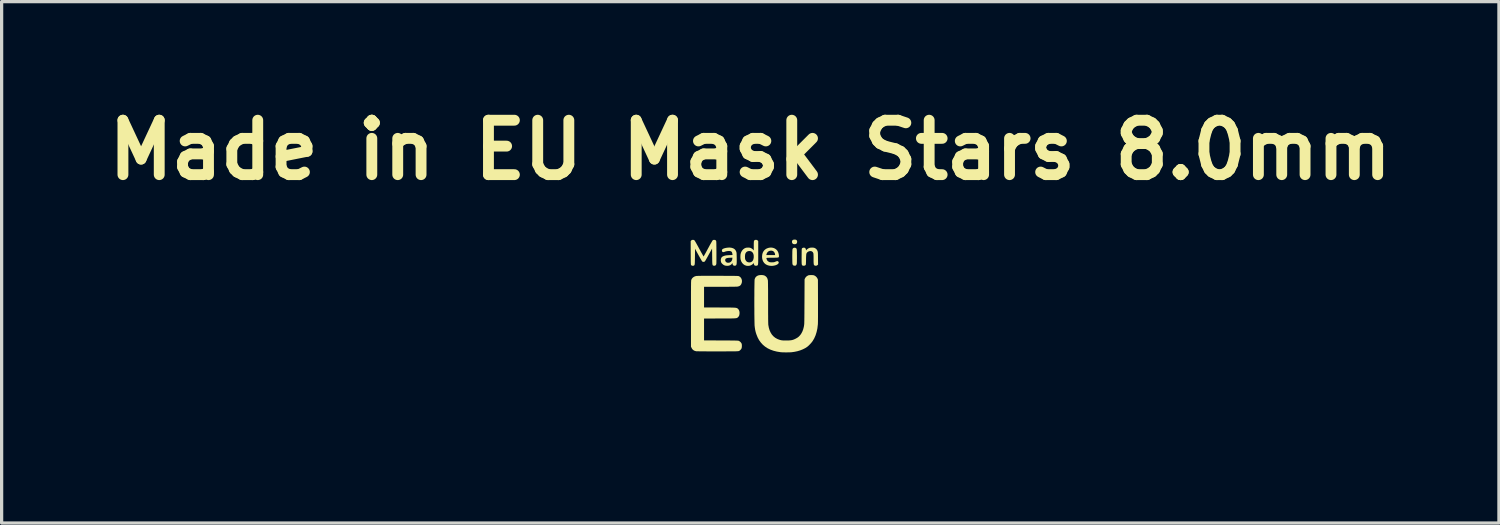
<source format=kicad_pcb>
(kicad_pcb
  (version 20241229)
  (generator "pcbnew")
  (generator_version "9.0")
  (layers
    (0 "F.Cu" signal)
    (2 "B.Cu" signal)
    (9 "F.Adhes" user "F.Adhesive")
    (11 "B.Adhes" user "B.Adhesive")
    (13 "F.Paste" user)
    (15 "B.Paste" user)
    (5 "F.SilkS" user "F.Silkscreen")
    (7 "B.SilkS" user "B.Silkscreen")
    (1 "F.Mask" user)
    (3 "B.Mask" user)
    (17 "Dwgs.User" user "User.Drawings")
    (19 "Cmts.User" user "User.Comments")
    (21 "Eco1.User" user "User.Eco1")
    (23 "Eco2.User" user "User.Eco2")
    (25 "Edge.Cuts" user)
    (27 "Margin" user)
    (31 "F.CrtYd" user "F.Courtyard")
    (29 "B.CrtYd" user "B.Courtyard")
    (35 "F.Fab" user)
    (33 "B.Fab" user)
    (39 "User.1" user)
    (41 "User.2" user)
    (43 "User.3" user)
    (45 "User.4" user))
  (footprint "Made in EU Mask Stars 8.0mm"
    (layer "F.Cu")
    (at 20.035 6.066)
    (property "Reference" "Made in EU Mask Stars 8.0mm" (at 0 -4.5 180) (layer "F.SilkS") (effects (font (size 1.675 1.675) (thickness 0.334))))
    (attr board_only exclude_from_pos_files exclude_from_bom)
    (fp_poly (pts (xy 2.94 -2.275) (xy 2.941 -2.275) (xy 2.943 -2.267) (xy 2.949 -2.25) (xy 2.957 -2.223) (xy 2.968 -2.19) (xy 2.981 -2.15) (xy 2.996 -2.105) (xy 3.011 -2.057) (xy 3.013 -2.051) (xy 3.082 -1.837) (xy 3.319 -1.834) (xy 3.555 -1.831) (xy 3.365 -1.694) (xy 3.323 -1.664) (xy 3.284 -1.636) (xy 3.249 -1.611) (xy 3.22 -1.59) (xy 3.197 -1.573) (xy 3.182 -1.561) (xy 3.174 -1.555) (xy 3.174 -1.554) (xy 3.176 -1.548) (xy 3.181 -1.532) (xy 3.189 -1.507) (xy 3.199 -1.474) (xy 3.212 -1.435) (xy 3.226 -1.391) (xy 3.241 -1.343) (xy 3.244 -1.334) (xy 3.26 -1.285) (xy 3.274 -1.241) (xy 3.287 -1.201) (xy 3.298 -1.167) (xy 3.306 -1.141) (xy 3.311 -1.123) (xy 3.313 -1.115) (xy 3.313 -1.114) (xy 3.308 -1.117) (xy 3.295 -1.127) (xy 3.274 -1.142) (xy 3.246 -1.161) (xy 3.213 -1.185) (xy 3.176 -1.212) (xy 3.135 -1.242) (xy 3.125 -1.249) (xy 2.938 -1.386) (xy 2.759 -1.255) (xy 2.71 -1.219) (xy 2.67 -1.19) (xy 2.637 -1.166) (xy 2.612 -1.148) (xy 2.593 -1.134) (xy 2.579 -1.125) (xy 2.57 -1.119) (xy 2.564 -1.117) (xy 2.562 -1.117) (xy 2.562 -1.119) (xy 2.563 -1.123) (xy 2.563 -1.123) (xy 2.582 -1.182) (xy 2.601 -1.24) (xy 2.619 -1.296) (xy 2.636 -1.35) (xy 2.652 -1.4) (xy 2.666 -1.445) (xy 2.678 -1.484) (xy 2.687 -1.517) (xy 2.694 -1.541) (xy 2.698 -1.555) (xy 2.698 -1.56) (xy 2.692 -1.564) (xy 2.678 -1.574) (xy 2.656 -1.59) (xy 2.628 -1.61) (xy 2.594 -1.634) (xy 2.556 -1.661) (xy 2.515 -1.691) (xy 2.507 -1.697) (xy 2.32 -1.831) (xy 2.556 -1.833) (xy 2.792 -1.834) (xy 2.843 -1.993) (xy 2.864 -2.058) (xy 2.882 -2.113) (xy 2.897 -2.158) (xy 2.908 -2.194) (xy 2.918 -2.222) (xy 2.925 -2.244) (xy 2.931 -2.259) (xy 2.935 -2.269) (xy 2.937 -2.274) (xy 2.939 -2.276)) (stroke (width 0) (type solid)) (fill yes) (layer "F.Mask"))
    (fp_poly (pts (xy 0.008 2.818) (xy 0.013 2.836) (xy 0.022 2.862) (xy 0.032 2.896) (xy 0.045 2.936) (xy 0.06 2.98) (xy 0.075 3.029) (xy 0.078 3.037) (xy 0.147 3.254) (xy 0.381 3.257) (xy 0.616 3.26) (xy 0.44 3.386) (xy 0.399 3.415) (xy 0.361 3.443) (xy 0.327 3.468) (xy 0.297 3.489) (xy 0.274 3.506) (xy 0.258 3.517) (xy 0.251 3.523) (xy 0.238 3.534) (xy 0.307 3.748) (xy 0.322 3.797) (xy 0.337 3.842) (xy 0.35 3.882) (xy 0.361 3.917) (xy 0.37 3.944) (xy 0.376 3.962) (xy 0.378 3.971) (xy 0.378 3.971) (xy 0.379 3.976) (xy 0.374 3.973) (xy 0.365 3.967) (xy 0.349 3.955) (xy 0.326 3.938) (xy 0.298 3.918) (xy 0.266 3.894) (xy 0.231 3.869) (xy 0.194 3.842) (xy 0.158 3.816) (xy 0.122 3.79) (xy 0.09 3.766) (xy 0.061 3.745) (xy 0.037 3.728) (xy 0.019 3.716) (xy 0.01 3.709) (xy 0.008 3.708) (xy 0.002 3.71) (xy -0.012 3.719) (xy -0.033 3.733) (xy -0.06 3.752) (xy -0.092 3.774) (xy -0.127 3.798) (xy -0.164 3.825) (xy -0.203 3.852) (xy -0.241 3.879) (xy -0.277 3.905) (xy -0.31 3.93) (xy -0.339 3.951) (xy -0.363 3.97) (xy -0.369 3.974) (xy -0.375 3.977) (xy -0.374 3.972) (xy -0.374 3.972) (xy -0.372 3.964) (xy -0.366 3.946) (xy -0.357 3.92) (xy -0.347 3.888) (xy -0.335 3.851) (xy -0.322 3.81) (xy -0.308 3.768) (xy -0.295 3.725) (xy -0.281 3.684) (xy -0.269 3.646) (xy -0.258 3.612) (xy -0.25 3.585) (xy -0.243 3.565) (xy -0.241 3.557) (xy -0.233 3.532) (xy -0.424 3.394) (xy -0.615 3.257) (xy -0.379 3.257) (xy -0.144 3.257) (xy -0.101 3.125) (xy -0.087 3.079) (xy -0.071 3.031) (xy -0.056 2.983) (xy -0.042 2.939) (xy -0.03 2.902) (xy -0.028 2.897) (xy -0.018 2.867) (xy -0.009 2.841) (xy -0.002 2.822) (xy 0.003 2.812) (xy 0.005 2.811)) (stroke (width 0) (type solid)) (fill yes) (layer "F.Mask"))
    (fp_poly (pts (xy -1.644 -3.37) (xy -1.629 -3.325) (xy -1.614 -3.279) (xy -1.6 -3.235) (xy -1.587 -3.195) (xy -1.577 -3.162) (xy -1.571 -3.145) (xy -1.547 -3.073) (xy -1.311 -3.071) (xy -1.075 -3.07) (xy -1.244 -2.948) (xy -1.285 -2.919) (xy -1.323 -2.891) (xy -1.358 -2.866) (xy -1.388 -2.844) (xy -1.412 -2.827) (xy -1.429 -2.815) (xy -1.436 -2.809) (xy -1.457 -2.793) (xy -1.387 -2.574) (xy -1.371 -2.525) (xy -1.357 -2.481) (xy -1.344 -2.44) (xy -1.334 -2.407) (xy -1.326 -2.38) (xy -1.321 -2.362) (xy -1.318 -2.354) (xy -1.318 -2.353) (xy -1.324 -2.356) (xy -1.337 -2.366) (xy -1.358 -2.38) (xy -1.386 -2.4) (xy -1.419 -2.424) (xy -1.456 -2.45) (xy -1.496 -2.48) (xy -1.501 -2.483) (xy -1.542 -2.513) (xy -1.58 -2.541) (xy -1.614 -2.565) (xy -1.643 -2.586) (xy -1.666 -2.602) (xy -1.681 -2.613) (xy -1.688 -2.618) (xy -1.689 -2.618) (xy -1.695 -2.615) (xy -1.71 -2.606) (xy -1.732 -2.591) (xy -1.76 -2.572) (xy -1.794 -2.548) (xy -1.832 -2.521) (xy -1.873 -2.492) (xy -1.88 -2.486) (xy -1.921 -2.456) (xy -1.96 -2.429) (xy -1.994 -2.404) (xy -2.022 -2.384) (xy -2.045 -2.367) (xy -2.06 -2.357) (xy -2.067 -2.352) (xy -2.068 -2.352) (xy -2.066 -2.357) (xy -2.062 -2.373) (xy -2.055 -2.397) (xy -2.045 -2.43) (xy -2.033 -2.468) (xy -2.019 -2.512) (xy -2.003 -2.56) (xy -2 -2.571) (xy -1.984 -2.619) (xy -1.97 -2.665) (xy -1.957 -2.705) (xy -1.946 -2.739) (xy -1.937 -2.766) (xy -1.932 -2.784) (xy -1.929 -2.792) (xy -1.929 -2.793) (xy -1.934 -2.797) (xy -1.947 -2.807) (xy -1.968 -2.822) (xy -1.996 -2.843) (xy -2.029 -2.867) (xy -2.067 -2.894) (xy -2.108 -2.923) (xy -2.12 -2.933) (xy -2.311 -3.07) (xy -2.074 -3.071) (xy -1.837 -3.073) (xy -1.781 -3.25) (xy -1.766 -3.296) (xy -1.752 -3.341) (xy -1.738 -3.383) (xy -1.726 -3.42) (xy -1.717 -3.449) (xy -1.71 -3.47) (xy -1.709 -3.474) (xy -1.693 -3.522)) (stroke (width 0) (type solid)) (fill yes) (layer "F.Mask"))
    (fp_poly (pts (xy -1.689 2.367) (xy -1.683 2.382) (xy -1.675 2.406) (xy -1.664 2.437) (xy -1.651 2.475) (xy -1.637 2.519) (xy -1.621 2.567) (xy -1.617 2.581) (xy -1.546 2.804) (xy -1.31 2.806) (xy -1.074 2.808) (xy -1.263 2.944) (xy -1.305 2.974) (xy -1.344 3.002) (xy -1.378 3.027) (xy -1.407 3.048) (xy -1.43 3.066) (xy -1.445 3.078) (xy -1.453 3.083) (xy -1.453 3.084) (xy -1.451 3.09) (xy -1.446 3.107) (xy -1.438 3.132) (xy -1.428 3.165) (xy -1.415 3.204) (xy -1.401 3.248) (xy -1.386 3.296) (xy -1.384 3.302) (xy -1.369 3.35) (xy -1.355 3.394) (xy -1.342 3.434) (xy -1.332 3.468) (xy -1.324 3.494) (xy -1.319 3.512) (xy -1.317 3.519) (xy -1.317 3.52) (xy -1.322 3.518) (xy -1.335 3.511) (xy -1.353 3.499) (xy -1.37 3.487) (xy -1.388 3.473) (xy -1.415 3.454) (xy -1.447 3.43) (xy -1.483 3.404) (xy -1.521 3.376) (xy -1.555 3.351) (xy -1.69 3.252) (xy -1.853 3.371) (xy -1.893 3.4) (xy -1.931 3.428) (xy -1.965 3.453) (xy -1.995 3.475) (xy -2.019 3.492) (xy -2.035 3.504) (xy -2.042 3.508) (xy -2.056 3.519) (xy -2.064 3.522) (xy -2.065 3.52) (xy -2.063 3.512) (xy -2.06 3.504) (xy -2.055 3.485) (xy -2.046 3.457) (xy -2.035 3.423) (xy -2.022 3.383) (xy -2.008 3.338) (xy -1.994 3.294) (xy -1.979 3.247) (xy -1.965 3.203) (xy -1.953 3.164) (xy -1.943 3.131) (xy -1.936 3.106) (xy -1.932 3.089) (xy -1.931 3.083) (xy -1.936 3.078) (xy -1.95 3.067) (xy -1.972 3.05) (xy -2 3.029) (xy -2.033 3.005) (xy -2.071 2.977) (xy -2.112 2.947) (xy -2.12 2.941) (xy -2.306 2.808) (xy -2.07 2.806) (xy -1.834 2.804) (xy -1.823 2.767) (xy -1.811 2.73) (xy -1.798 2.688) (xy -1.784 2.644) (xy -1.769 2.598) (xy -1.755 2.553) (xy -1.741 2.509) (xy -1.728 2.469) (xy -1.716 2.433) (xy -1.706 2.403) (xy -1.698 2.38) (xy -1.693 2.366) (xy -1.692 2.363)) (stroke (width 0) (type solid)) (fill yes) (layer "F.Mask"))
    (fp_poly (pts (xy 1.697 2.363) (xy 1.699 2.369) (xy 1.703 2.38) (xy 1.709 2.395) (xy 1.716 2.417) (xy 1.725 2.446) (xy 1.737 2.483) (xy 1.752 2.529) (xy 1.77 2.584) (xy 1.791 2.649) (xy 1.795 2.663) (xy 1.84 2.804) (xy 2.076 2.806) (xy 2.311 2.808) (xy 2.125 2.941) (xy 2.084 2.971) (xy 2.045 2.999) (xy 2.011 3.024) (xy 1.981 3.045) (xy 1.958 3.062) (xy 1.942 3.073) (xy 1.935 3.078) (xy 1.935 3.079) (xy 1.935 3.085) (xy 1.939 3.101) (xy 1.946 3.126) (xy 1.956 3.159) (xy 1.968 3.198) (xy 1.982 3.242) (xy 1.997 3.29) (xy 2.001 3.301) (xy 2.017 3.35) (xy 2.031 3.395) (xy 2.044 3.435) (xy 2.054 3.469) (xy 2.063 3.496) (xy 2.068 3.514) (xy 2.07 3.523) (xy 2.07 3.523) (xy 2.065 3.52) (xy 2.052 3.511) (xy 2.03 3.496) (xy 2.003 3.476) (xy 1.97 3.452) (xy 1.933 3.425) (xy 1.892 3.396) (xy 1.882 3.389) (xy 1.695 3.252) (xy 1.665 3.275) (xy 1.625 3.304) (xy 1.584 3.334) (xy 1.542 3.365) (xy 1.5 3.395) (xy 1.46 3.424) (xy 1.423 3.451) (xy 1.39 3.475) (xy 1.362 3.495) (xy 1.34 3.51) (xy 1.325 3.521) (xy 1.319 3.525) (xy 1.319 3.525) (xy 1.317 3.521) (xy 1.318 3.521) (xy 1.32 3.514) (xy 1.326 3.498) (xy 1.334 3.474) (xy 1.344 3.442) (xy 1.356 3.406) (xy 1.369 3.366) (xy 1.382 3.323) (xy 1.396 3.28) (xy 1.41 3.237) (xy 1.423 3.197) (xy 1.435 3.161) (xy 1.444 3.13) (xy 1.452 3.105) (xy 1.457 3.089) (xy 1.459 3.083) (xy 1.459 3.083) (xy 1.454 3.079) (xy 1.441 3.069) (xy 1.42 3.054) (xy 1.392 3.034) (xy 1.359 3.009) (xy 1.322 2.982) (xy 1.281 2.953) (xy 1.269 2.944) (xy 1.079 2.808) (xy 1.315 2.805) (xy 1.551 2.802) (xy 1.622 2.58) (xy 1.638 2.531) (xy 1.652 2.486) (xy 1.666 2.446) (xy 1.677 2.413) (xy 1.686 2.386) (xy 1.692 2.369) (xy 1.696 2.361) (xy 1.696 2.361)) (stroke (width 0) (type solid)) (fill yes) (layer "F.Mask"))
    (fp_poly (pts (xy 0.006 -3.967) (xy 0.012 -3.951) (xy 0.02 -3.925) (xy 0.03 -3.892) (xy 0.043 -3.852) (xy 0.057 -3.808) (xy 0.073 -3.759) (xy 0.076 -3.748) (xy 0.147 -3.528) (xy 0.381 -3.525) (xy 0.616 -3.522) (xy 0.427 -3.386) (xy 0.386 -3.356) (xy 0.347 -3.328) (xy 0.313 -3.303) (xy 0.284 -3.282) (xy 0.261 -3.265) (xy 0.246 -3.254) (xy 0.238 -3.248) (xy 0.238 -3.248) (xy 0.24 -3.242) (xy 0.245 -3.226) (xy 0.252 -3.202) (xy 0.262 -3.171) (xy 0.274 -3.135) (xy 0.287 -3.095) (xy 0.3 -3.053) (xy 0.314 -3.01) (xy 0.328 -2.967) (xy 0.341 -2.927) (xy 0.352 -2.891) (xy 0.362 -2.859) (xy 0.37 -2.835) (xy 0.375 -2.821) (xy 0.377 -2.816) (xy 0.378 -2.812) (xy 0.379 -2.809) (xy 0.377 -2.809) (xy 0.372 -2.811) (xy 0.363 -2.817) (xy 0.349 -2.826) (xy 0.329 -2.84) (xy 0.303 -2.859) (xy 0.27 -2.883) (xy 0.228 -2.914) (xy 0.202 -2.932) (xy 0.163 -2.961) (xy 0.126 -2.989) (xy 0.092 -3.013) (xy 0.063 -3.034) (xy 0.041 -3.05) (xy 0.025 -3.061) (xy 0.02 -3.065) (xy 0.001 -3.078) (xy -0.159 -2.962) (xy -0.198 -2.933) (xy -0.236 -2.905) (xy -0.271 -2.879) (xy -0.301 -2.857) (xy -0.325 -2.84) (xy -0.342 -2.828) (xy -0.348 -2.824) (xy -0.363 -2.812) (xy -0.372 -2.808) (xy -0.374 -2.809) (xy -0.372 -2.816) (xy -0.372 -2.817) (xy -0.369 -2.825) (xy -0.364 -2.844) (xy -0.355 -2.87) (xy -0.345 -2.903) (xy -0.333 -2.94) (xy -0.319 -2.981) (xy -0.306 -3.024) (xy -0.292 -3.067) (xy -0.278 -3.109) (xy -0.266 -3.148) (xy -0.255 -3.182) (xy -0.246 -3.21) (xy -0.239 -3.23) (xy -0.236 -3.242) (xy -0.235 -3.243) (xy -0.24 -3.248) (xy -0.252 -3.259) (xy -0.273 -3.275) (xy -0.3 -3.296) (xy -0.333 -3.32) (xy -0.37 -3.348) (xy -0.411 -3.378) (xy -0.422 -3.386) (xy -0.612 -3.522) (xy -0.378 -3.524) (xy -0.144 -3.525) (xy -0.101 -3.658) (xy -0.087 -3.703) (xy -0.071 -3.751) (xy -0.056 -3.799) (xy -0.041 -3.843) (xy -0.03 -3.88) (xy -0.028 -3.885) (xy -0.018 -3.916) (xy -0.009 -3.942) (xy -0.002 -3.961) (xy 0.002 -3.972) (xy 0.004 -3.974)) (stroke (width 0) (type solid)) (fill yes) (layer "F.Mask"))
    (fp_poly (pts (xy 2.939 1.121) (xy 2.945 1.136) (xy 2.953 1.16) (xy 2.964 1.192) (xy 2.976 1.23) (xy 2.991 1.274) (xy 3.006 1.322) (xy 3.011 1.335) (xy 3.082 1.557) (xy 3.319 1.56) (xy 3.557 1.563) (xy 3.37 1.697) (xy 3.329 1.727) (xy 3.29 1.755) (xy 3.255 1.78) (xy 3.226 1.801) (xy 3.202 1.818) (xy 3.186 1.829) (xy 3.179 1.834) (xy 3.178 1.835) (xy 3.178 1.841) (xy 3.182 1.858) (xy 3.19 1.884) (xy 3.2 1.918) (xy 3.212 1.96) (xy 3.227 2.009) (xy 3.244 2.061) (xy 3.26 2.11) (xy 3.274 2.155) (xy 3.287 2.196) (xy 3.298 2.23) (xy 3.307 2.257) (xy 3.312 2.275) (xy 3.315 2.284) (xy 3.315 2.284) (xy 3.31 2.281) (xy 3.296 2.271) (xy 3.275 2.256) (xy 3.248 2.236) (xy 3.215 2.213) (xy 3.178 2.185) (xy 3.137 2.156) (xy 3.127 2.148) (xy 3.079 2.113) (xy 3.04 2.085) (xy 3.009 2.062) (xy 2.984 2.045) (xy 2.966 2.033) (xy 2.952 2.024) (xy 2.942 2.019) (xy 2.935 2.017) (xy 2.93 2.017) (xy 2.927 2.019) (xy 2.92 2.024) (xy 2.904 2.035) (xy 2.88 2.052) (xy 2.851 2.073) (xy 2.817 2.098) (xy 2.779 2.126) (xy 2.74 2.154) (xy 2.7 2.183) (xy 2.663 2.21) (xy 2.631 2.233) (xy 2.603 2.253) (xy 2.582 2.267) (xy 2.568 2.277) (xy 2.563 2.28) (xy 2.565 2.274) (xy 2.569 2.258) (xy 2.577 2.233) (xy 2.587 2.2) (xy 2.599 2.161) (xy 2.613 2.117) (xy 2.629 2.07) (xy 2.632 2.06) (xy 2.647 2.012) (xy 2.662 1.967) (xy 2.674 1.927) (xy 2.685 1.893) (xy 2.693 1.866) (xy 2.698 1.848) (xy 2.7 1.84) (xy 2.7 1.839) (xy 2.694 1.835) (xy 2.681 1.824) (xy 2.662 1.81) (xy 2.638 1.793) (xy 2.628 1.785) (xy 2.602 1.767) (xy 2.569 1.743) (xy 2.531 1.716) (xy 2.491 1.687) (xy 2.452 1.659) (xy 2.438 1.649) (xy 2.319 1.563) (xy 2.557 1.56) (xy 2.794 1.557) (xy 2.864 1.338) (xy 2.88 1.289) (xy 2.894 1.244) (xy 2.907 1.204) (xy 2.919 1.17) (xy 2.927 1.143) (xy 2.934 1.125) (xy 2.937 1.117) (xy 2.937 1.116)) (stroke (width 0) (type solid)) (fill yes) (layer "F.Mask"))
    (fp_poly (pts (xy -2.93 1.119) (xy -2.928 1.127) (xy -2.922 1.145) (xy -2.914 1.171) (xy -2.903 1.205) (xy -2.89 1.244) (xy -2.875 1.289) (xy -2.86 1.337) (xy -2.858 1.343) (xy -2.789 1.557) (xy -2.551 1.56) (xy -2.314 1.563) (xy -2.504 1.7) (xy -2.546 1.73) (xy -2.585 1.757) (xy -2.619 1.782) (xy -2.649 1.803) (xy -2.672 1.82) (xy -2.688 1.831) (xy -2.696 1.837) (xy -2.696 1.837) (xy -2.695 1.843) (xy -2.69 1.859) (xy -2.683 1.884) (xy -2.673 1.916) (xy -2.66 1.955) (xy -2.646 1.999) (xy -2.631 2.047) (xy -2.626 2.061) (xy -2.611 2.11) (xy -2.596 2.155) (xy -2.583 2.195) (xy -2.573 2.23) (xy -2.564 2.257) (xy -2.559 2.275) (xy -2.556 2.283) (xy -2.556 2.284) (xy -2.561 2.281) (xy -2.574 2.271) (xy -2.595 2.256) (xy -2.623 2.236) (xy -2.655 2.212) (xy -2.693 2.185) (xy -2.733 2.156) (xy -2.739 2.151) (xy -2.78 2.121) (xy -2.818 2.093) (xy -2.852 2.068) (xy -2.882 2.047) (xy -2.905 2.031) (xy -2.92 2.02) (xy -2.928 2.015) (xy -2.928 2.015) (xy -2.934 2.017) (xy -2.949 2.026) (xy -2.971 2.041) (xy -3 2.061) (xy -3.033 2.084) (xy -3.071 2.111) (xy -3.112 2.141) (xy -3.123 2.149) (xy -3.164 2.179) (xy -3.203 2.207) (xy -3.237 2.231) (xy -3.265 2.252) (xy -3.288 2.268) (xy -3.303 2.279) (xy -3.31 2.284) (xy -3.311 2.284) (xy -3.309 2.278) (xy -3.304 2.262) (xy -3.296 2.237) (xy -3.286 2.205) (xy -3.273 2.166) (xy -3.259 2.122) (xy -3.243 2.074) (xy -3.24 2.063) (xy -3.224 2.014) (xy -3.21 1.969) (xy -3.197 1.928) (xy -3.187 1.894) (xy -3.179 1.867) (xy -3.173 1.848) (xy -3.171 1.839) (xy -3.171 1.839) (xy -3.177 1.834) (xy -3.191 1.824) (xy -3.212 1.808) (xy -3.24 1.788) (xy -3.273 1.763) (xy -3.311 1.736) (xy -3.352 1.706) (xy -3.363 1.699) (xy -3.552 1.563) (xy -3.314 1.56) (xy -3.076 1.557) (xy -3.029 1.411) (xy -3.015 1.366) (xy -3 1.32) (xy -2.986 1.275) (xy -2.973 1.235) (xy -2.963 1.202) (xy -2.958 1.188) (xy -2.949 1.161) (xy -2.941 1.139) (xy -2.935 1.124) (xy -2.931 1.119)) (stroke (width 0) (type solid)) (fill yes) (layer "F.Mask"))
    (fp_poly (pts (xy 1.705 -3.505) (xy 1.711 -3.488) (xy 1.719 -3.462) (xy 1.73 -3.428) (xy 1.743 -3.388) (xy 1.757 -3.344) (xy 1.773 -3.295) (xy 1.775 -3.29) (xy 1.843 -3.075) (xy 2.081 -3.072) (xy 2.318 -3.07) (xy 2.128 -2.933) (xy 2.086 -2.903) (xy 2.048 -2.875) (xy 2.013 -2.85) (xy 1.984 -2.829) (xy 1.96 -2.813) (xy 1.944 -2.801) (xy 1.937 -2.796) (xy 1.936 -2.795) (xy 1.938 -2.79) (xy 1.943 -2.774) (xy 1.95 -2.749) (xy 1.96 -2.717) (xy 1.973 -2.678) (xy 1.987 -2.634) (xy 2.002 -2.586) (xy 2.006 -2.575) (xy 2.021 -2.526) (xy 2.036 -2.481) (xy 2.048 -2.441) (xy 2.059 -2.407) (xy 2.067 -2.38) (xy 2.073 -2.362) (xy 2.075 -2.353) (xy 2.075 -2.353) (xy 2.07 -2.356) (xy 2.056 -2.365) (xy 2.035 -2.38) (xy 2.008 -2.399) (xy 1.975 -2.423) (xy 1.938 -2.45) (xy 1.897 -2.479) (xy 1.891 -2.484) (xy 1.85 -2.514) (xy 1.812 -2.541) (xy 1.777 -2.566) (xy 1.748 -2.586) (xy 1.724 -2.602) (xy 1.708 -2.613) (xy 1.701 -2.617) (xy 1.7 -2.617) (xy 1.694 -2.614) (xy 1.679 -2.604) (xy 1.656 -2.589) (xy 1.627 -2.569) (xy 1.593 -2.545) (xy 1.556 -2.518) (xy 1.515 -2.488) (xy 1.51 -2.484) (xy 1.469 -2.455) (xy 1.431 -2.427) (xy 1.398 -2.403) (xy 1.369 -2.383) (xy 1.347 -2.367) (xy 1.332 -2.356) (xy 1.326 -2.352) (xy 1.326 -2.352) (xy 1.325 -2.357) (xy 1.328 -2.368) (xy 1.336 -2.393) (xy 1.346 -2.424) (xy 1.358 -2.461) (xy 1.371 -2.502) (xy 1.385 -2.544) (xy 1.399 -2.588) (xy 1.413 -2.631) (xy 1.425 -2.672) (xy 1.437 -2.71) (xy 1.447 -2.742) (xy 1.455 -2.768) (xy 1.461 -2.786) (xy 1.463 -2.795) (xy 1.463 -2.795) (xy 1.458 -2.799) (xy 1.445 -2.809) (xy 1.424 -2.824) (xy 1.396 -2.844) (xy 1.363 -2.868) (xy 1.325 -2.895) (xy 1.284 -2.925) (xy 1.272 -2.933) (xy 1.082 -3.07) (xy 1.319 -3.072) (xy 1.556 -3.075) (xy 1.598 -3.206) (xy 1.613 -3.251) (xy 1.628 -3.299) (xy 1.643 -3.346) (xy 1.657 -3.39) (xy 1.669 -3.426) (xy 1.67 -3.43) (xy 1.68 -3.46) (xy 1.689 -3.485) (xy 1.696 -3.503) (xy 1.701 -3.512) (xy 1.702 -3.513)) (stroke (width 0) (type solid)) (fill yes) (layer "F.Mask"))
    (fp_poly (pts (xy -2.929 -2.267) (xy -2.924 -2.25) (xy -2.915 -2.225) (xy -2.905 -2.193) (xy -2.892 -2.154) (xy -2.878 -2.109) (xy -2.862 -2.061) (xy -2.859 -2.05) (xy -2.788 -1.831) (xy -2.553 -1.828) (xy -2.317 -1.825) (xy -2.507 -1.688) (xy -2.556 -1.653) (xy -2.595 -1.625) (xy -2.627 -1.601) (xy -2.651 -1.583) (xy -2.669 -1.569) (xy -2.682 -1.558) (xy -2.689 -1.55) (xy -2.693 -1.545) (xy -2.694 -1.54) (xy -2.694 -1.54) (xy -2.691 -1.53) (xy -2.685 -1.511) (xy -2.676 -1.485) (xy -2.666 -1.452) (xy -2.653 -1.414) (xy -2.64 -1.373) (xy -2.627 -1.33) (xy -2.613 -1.287) (xy -2.6 -1.246) (xy -2.587 -1.208) (xy -2.576 -1.174) (xy -2.568 -1.146) (xy -2.561 -1.126) (xy -2.558 -1.116) (xy -2.557 -1.115) (xy -2.558 -1.11) (xy -2.562 -1.111) (xy -2.568 -1.115) (xy -2.582 -1.126) (xy -2.603 -1.141) (xy -2.63 -1.16) (xy -2.661 -1.183) (xy -2.696 -1.208) (xy -2.732 -1.234) (xy -2.769 -1.26) (xy -2.804 -1.286) (xy -2.838 -1.311) (xy -2.868 -1.333) (xy -2.893 -1.351) (xy -2.912 -1.365) (xy -2.924 -1.374) (xy -2.927 -1.376) (xy -2.933 -1.373) (xy -2.947 -1.365) (xy -2.969 -1.35) (xy -2.998 -1.33) (xy -3.033 -1.306) (xy -3.072 -1.279) (xy -3.115 -1.248) (xy -3.12 -1.244) (xy -3.161 -1.214) (xy -3.2 -1.186) (xy -3.234 -1.161) (xy -3.263 -1.14) (xy -3.286 -1.124) (xy -3.302 -1.113) (xy -3.309 -1.108) (xy -3.309 -1.108) (xy -3.31 -1.112) (xy -3.308 -1.117) (xy -3.306 -1.124) (xy -3.3 -1.142) (xy -3.292 -1.168) (xy -3.281 -1.202) (xy -3.268 -1.241) (xy -3.254 -1.286) (xy -3.238 -1.332) (xy -3.223 -1.38) (xy -3.209 -1.424) (xy -3.196 -1.463) (xy -3.186 -1.496) (xy -3.177 -1.522) (xy -3.172 -1.538) (xy -3.17 -1.545) (xy -3.174 -1.55) (xy -3.187 -1.561) (xy -3.207 -1.577) (xy -3.235 -1.598) (xy -3.267 -1.622) (xy -3.305 -1.65) (xy -3.346 -1.679) (xy -3.358 -1.688) (xy -3.549 -1.825) (xy -3.313 -1.828) (xy -3.077 -1.831) (xy -3.048 -1.92) (xy -3.038 -1.954) (xy -3.024 -1.995) (xy -3.01 -2.041) (xy -2.994 -2.089) (xy -2.98 -2.134) (xy -2.977 -2.143) (xy -2.965 -2.18) (xy -2.954 -2.213) (xy -2.945 -2.24) (xy -2.937 -2.26) (xy -2.933 -2.271) (xy -2.932 -2.273)) (stroke (width 0) (type solid)) (fill yes) (layer "F.Mask"))
    (fp_poly (pts (xy -3.386 -0.574) (xy -3.381 -0.559) (xy -3.372 -0.536) (xy -3.361 -0.504) (xy -3.348 -0.466) (xy -3.334 -0.422) (xy -3.319 -0.374) (xy -3.314 -0.36) (xy -3.243 -0.137) (xy -3.009 -0.137) (xy -2.945 -0.137) (xy -2.891 -0.136) (xy -2.847 -0.136) (xy -2.814 -0.135) (xy -2.791 -0.134) (xy -2.779 -0.132) (xy -2.778 -0.131) (xy -2.783 -0.127) (xy -2.797 -0.116) (xy -2.819 -0.1) (xy -2.847 -0.079) (xy -2.88 -0.055) (xy -2.918 -0.027) (xy -2.959 0.002) (xy -2.966 0.007) (xy -3.007 0.037) (xy -3.045 0.064) (xy -3.079 0.089) (xy -3.107 0.11) (xy -3.129 0.127) (xy -3.144 0.139) (xy -3.15 0.144) (xy -3.15 0.145) (xy -3.148 0.152) (xy -3.143 0.168) (xy -3.135 0.194) (xy -3.125 0.227) (xy -3.112 0.266) (xy -3.098 0.31) (xy -3.083 0.358) (xy -3.081 0.364) (xy -3.066 0.413) (xy -3.051 0.457) (xy -3.039 0.497) (xy -3.029 0.53) (xy -3.021 0.556) (xy -3.016 0.573) (xy -3.014 0.581) (xy -3.014 0.581) (xy -3.019 0.578) (xy -3.033 0.569) (xy -3.054 0.554) (xy -3.082 0.535) (xy -3.115 0.511) (xy -3.152 0.484) (xy -3.193 0.455) (xy -3.2 0.449) (xy -3.246 0.416) (xy -3.287 0.387) (xy -3.322 0.362) (xy -3.351 0.342) (xy -3.373 0.328) (xy -3.387 0.32) (xy -3.392 0.318) (xy -3.399 0.322) (xy -3.414 0.333) (xy -3.436 0.349) (xy -3.465 0.369) (xy -3.498 0.393) (xy -3.536 0.42) (xy -3.574 0.448) (xy -3.622 0.483) (xy -3.661 0.511) (xy -3.692 0.534) (xy -3.716 0.551) (xy -3.734 0.564) (xy -3.746 0.573) (xy -3.755 0.578) (xy -3.76 0.581) (xy -3.762 0.582) (xy -3.763 0.582) (xy -3.763 0.581) (xy -3.761 0.574) (xy -3.756 0.558) (xy -3.748 0.533) (xy -3.738 0.5) (xy -3.726 0.461) (xy -3.712 0.417) (xy -3.696 0.369) (xy -3.695 0.365) (xy -3.679 0.317) (xy -3.665 0.272) (xy -3.652 0.232) (xy -3.642 0.199) (xy -3.634 0.172) (xy -3.628 0.154) (xy -3.626 0.146) (xy -3.626 0.146) (xy -3.631 0.141) (xy -3.644 0.13) (xy -3.665 0.114) (xy -3.693 0.093) (xy -3.726 0.068) (xy -3.763 0.041) (xy -3.804 0.011) (xy -3.811 0.006) (xy -3.852 -0.024) (xy -3.891 -0.051) (xy -3.925 -0.076) (xy -3.954 -0.098) (xy -3.976 -0.114) (xy -3.992 -0.126) (xy -3.999 -0.132) (xy -3.999 -0.132) (xy -3.994 -0.133) (xy -3.978 -0.134) (xy -3.953 -0.135) (xy -3.919 -0.136) (xy -3.879 -0.136) (xy -3.832 -0.137) (xy -3.781 -0.137) (xy -3.767 -0.137) (xy -3.531 -0.137) (xy -3.52 -0.174) (xy -3.507 -0.215) (xy -3.494 -0.259) (xy -3.479 -0.304) (xy -3.464 -0.351) (xy -3.449 -0.397) (xy -3.435 -0.441) (xy -3.422 -0.481) (xy -3.411 -0.516) (xy -3.401 -0.544) (xy -3.394 -0.565) (xy -3.39 -0.577) (xy -3.389 -0.579)) (stroke (width 0) (type solid)) (fill yes) (layer "F.Mask"))
    (fp_poly (pts (xy 3.39 -0.578) (xy 3.396 -0.563) (xy 3.404 -0.54) (xy 3.414 -0.511) (xy 3.425 -0.478) (xy 3.425 -0.478) (xy 3.438 -0.435) (xy 3.454 -0.386) (xy 3.47 -0.335) (xy 3.486 -0.286) (xy 3.495 -0.258) (xy 3.532 -0.143) (xy 3.767 -0.143) (xy 3.818 -0.143) (xy 3.866 -0.142) (xy 3.908 -0.142) (xy 3.944 -0.141) (xy 3.972 -0.141) (xy 3.992 -0.14) (xy 4.001 -0.139) (xy 4.001 -0.138) (xy 3.996 -0.134) (xy 3.983 -0.124) (xy 3.962 -0.108) (xy 3.934 -0.087) (xy 3.901 -0.063) (xy 3.864 -0.036) (xy 3.823 -0.007) (xy 3.814 -0.000086) (xy 3.772 0.03) (xy 3.734 0.058) (xy 3.699 0.083) (xy 3.671 0.105) (xy 3.648 0.122) (xy 3.633 0.134) (xy 3.626 0.141) (xy 3.626 0.141) (xy 3.628 0.148) (xy 3.633 0.165) (xy 3.641 0.191) (xy 3.651 0.225) (xy 3.664 0.264) (xy 3.678 0.309) (xy 3.693 0.356) (xy 3.695 0.361) (xy 3.71 0.409) (xy 3.724 0.453) (xy 3.736 0.493) (xy 3.747 0.526) (xy 3.754 0.552) (xy 3.759 0.569) (xy 3.761 0.576) (xy 3.761 0.576) (xy 3.756 0.573) (xy 3.742 0.564) (xy 3.721 0.549) (xy 3.693 0.53) (xy 3.66 0.506) (xy 3.623 0.479) (xy 3.583 0.45) (xy 3.578 0.446) (xy 3.537 0.417) (xy 3.499 0.389) (xy 3.465 0.364) (xy 3.437 0.344) (xy 3.414 0.327) (xy 3.398 0.317) (xy 3.391 0.312) (xy 3.391 0.312) (xy 3.385 0.315) (xy 3.37 0.324) (xy 3.348 0.338) (xy 3.32 0.358) (xy 3.287 0.381) (xy 3.25 0.408) (xy 3.214 0.434) (xy 3.165 0.47) (xy 3.124 0.5) (xy 3.092 0.523) (xy 3.066 0.542) (xy 3.047 0.556) (xy 3.033 0.566) (xy 3.023 0.572) (xy 3.017 0.575) (xy 3.014 0.576) (xy 3.013 0.575) (xy 3.013 0.575) (xy 3.015 0.568) (xy 3.02 0.552) (xy 3.028 0.527) (xy 3.038 0.494) (xy 3.05 0.455) (xy 3.064 0.411) (xy 3.08 0.363) (xy 3.081 0.358) (xy 3.097 0.31) (xy 3.111 0.265) (xy 3.124 0.226) (xy 3.134 0.192) (xy 3.142 0.165) (xy 3.148 0.148) (xy 3.15 0.14) (xy 3.15 0.14) (xy 3.145 0.135) (xy 3.132 0.124) (xy 3.111 0.108) (xy 3.083 0.088) (xy 3.05 0.063) (xy 3.013 0.036) (xy 2.972 0.007) (xy 2.962 0) (xy 2.921 -0.03) (xy 2.882 -0.058) (xy 2.848 -0.082) (xy 2.819 -0.104) (xy 2.797 -0.12) (xy 2.782 -0.132) (xy 2.775 -0.138) (xy 2.775 -0.138) (xy 2.781 -0.139) (xy 2.797 -0.139) (xy 2.823 -0.14) (xy 2.856 -0.14) (xy 2.897 -0.14) (xy 2.943 -0.139) (xy 2.993 -0.139) (xy 3.006 -0.139) (xy 3.065 -0.138) (xy 3.113 -0.137) (xy 3.151 -0.137) (xy 3.181 -0.137) (xy 3.203 -0.137) (xy 3.219 -0.138) (xy 3.23 -0.139) (xy 3.237 -0.14) (xy 3.241 -0.143) (xy 3.243 -0.145) (xy 3.243 -0.146) (xy 3.246 -0.155) (xy 3.253 -0.173) (xy 3.261 -0.2) (xy 3.273 -0.234) (xy 3.286 -0.274) (xy 3.3 -0.319) (xy 3.315 -0.367) (xy 3.317 -0.371) (xy 3.332 -0.419) (xy 3.346 -0.463) (xy 3.359 -0.502) (xy 3.37 -0.535) (xy 3.379 -0.56) (xy 3.385 -0.577) (xy 3.388 -0.583) (xy 3.388 -0.583)) (stroke (width 0) (type solid)) (fill yes) (layer "F.Mask"))
    (fp_poly (pts (xy 1.389 -1.743) (xy 1.414 -1.735) (xy 1.431 -1.719) (xy 1.44 -1.696) (xy 1.442 -1.675) (xy 1.437 -1.645) (xy 1.422 -1.622) (xy 1.405 -1.609) (xy 1.385 -1.604) (xy 1.359 -1.602) (xy 1.333 -1.606) (xy 1.317 -1.611) (xy 1.299 -1.625) (xy 1.287 -1.646) (xy 1.282 -1.67) (xy 1.284 -1.696) (xy 1.294 -1.718) (xy 1.301 -1.727) (xy 1.314 -1.736) (xy 1.33 -1.741) (xy 1.354 -1.744)) (stroke (width 0) (type solid)) (fill yes) (layer "F.SilkS"))
    (fp_poly (pts (xy 1.392 -1.49) (xy 1.413 -1.477) (xy 1.426 -1.455) (xy 1.429 -1.441) (xy 1.431 -1.428) (xy 1.432 -1.405) (xy 1.433 -1.374) (xy 1.434 -1.336) (xy 1.434 -1.294) (xy 1.435 -1.249) (xy 1.435 -1.202) (xy 1.435 -1.157) (xy 1.434 -1.114) (xy 1.434 -1.075) (xy 1.433 -1.043) (xy 1.432 -1.018) (xy 1.431 -1.004) (xy 1.422 -0.974) (xy 1.411 -0.958) (xy 1.399 -0.947) (xy 1.385 -0.942) (xy 1.366 -0.941) (xy 1.365 -0.941) (xy 1.339 -0.944) (xy 1.32 -0.953) (xy 1.32 -0.953) (xy 1.308 -0.967) (xy 1.299 -0.985) (xy 1.298 -0.987) (xy 1.297 -0.999) (xy 1.295 -1.022) (xy 1.294 -1.052) (xy 1.293 -1.09) (xy 1.293 -1.132) (xy 1.292 -1.178) (xy 1.292 -1.225) (xy 1.292 -1.272) (xy 1.293 -1.316) (xy 1.293 -1.357) (xy 1.294 -1.393) (xy 1.296 -1.421) (xy 1.297 -1.441) (xy 1.298 -1.448) (xy 1.31 -1.473) (xy 1.33 -1.488) (xy 1.357 -1.494) (xy 1.364 -1.495)) (stroke (width 0) (type solid)) (fill yes) (layer "F.SilkS"))
    (fp_poly (pts (xy 0.664 -1.498) (xy 0.713 -1.487) (xy 0.758 -1.468) (xy 0.798 -1.44) (xy 0.83 -1.405) (xy 0.848 -1.376) (xy 0.864 -1.338) (xy 0.875 -1.296) (xy 0.881 -1.254) (xy 0.881 -1.241) (xy 0.881 -1.227) (xy 0.88 -1.216) (xy 0.877 -1.207) (xy 0.871 -1.2) (xy 0.86 -1.195) (xy 0.844 -1.191) (xy 0.82 -1.189) (xy 0.789 -1.188) (xy 0.749 -1.187) (xy 0.699 -1.186) (xy 0.675 -1.186) (xy 0.623 -1.186) (xy 0.581 -1.185) (xy 0.549 -1.185) (xy 0.526 -1.183) (xy 0.51 -1.181) (xy 0.5 -1.177) (xy 0.496 -1.172) (xy 0.495 -1.166) (xy 0.498 -1.157) (xy 0.502 -1.145) (xy 0.504 -1.139) (xy 0.517 -1.108) (xy 0.535 -1.085) (xy 0.561 -1.066) (xy 0.568 -1.062) (xy 0.582 -1.054) (xy 0.595 -1.05) (xy 0.609 -1.047) (xy 0.628 -1.046) (xy 0.655 -1.045) (xy 0.664 -1.045) (xy 0.695 -1.046) (xy 0.717 -1.047) (xy 0.735 -1.05) (xy 0.752 -1.056) (xy 0.768 -1.062) (xy 0.799 -1.075) (xy 0.821 -1.081) (xy 0.838 -1.082) (xy 0.851 -1.077) (xy 0.86 -1.07) (xy 0.873 -1.051) (xy 0.875 -1.031) (xy 0.868 -1.013) (xy 0.853 -0.995) (xy 0.83 -0.979) (xy 0.801 -0.964) (xy 0.767 -0.952) (xy 0.729 -0.943) (xy 0.688 -0.937) (xy 0.646 -0.936) (xy 0.604 -0.939) (xy 0.574 -0.944) (xy 0.518 -0.961) (xy 0.47 -0.987) (xy 0.43 -1.022) (xy 0.4 -1.064) (xy 0.378 -1.113) (xy 0.365 -1.169) (xy 0.362 -1.218) (xy 0.366 -1.268) (xy 0.493 -1.268) (xy 0.628 -1.268) (xy 0.762 -1.268) (xy 0.762 -1.288) (xy 0.76 -1.304) (xy 0.753 -1.325) (xy 0.748 -1.338) (xy 0.727 -1.369) (xy 0.7 -1.391) (xy 0.666 -1.402) (xy 0.653 -1.404) (xy 0.61 -1.402) (xy 0.573 -1.39) (xy 0.541 -1.368) (xy 0.516 -1.337) (xy 0.5 -1.299) (xy 0.497 -1.288) (xy 0.493 -1.268) (xy 0.366 -1.268) (xy 0.367 -1.28) (xy 0.381 -1.335) (xy 0.405 -1.382) (xy 0.438 -1.423) (xy 0.48 -1.456) (xy 0.51 -1.472) (xy 0.561 -1.49) (xy 0.613 -1.499)) (stroke (width 0) (type solid)) (fill yes) (layer "F.SilkS"))
    (fp_poly (pts (xy 1.925 -1.497) (xy 1.946 -1.496) (xy 1.962 -1.492) (xy 1.978 -1.487) (xy 1.99 -1.481) (xy 2.02 -1.463) (xy 2.042 -1.44) (xy 2.061 -1.409) (xy 2.068 -1.392) (xy 2.072 -1.383) (xy 2.074 -1.373) (xy 2.077 -1.362) (xy 2.078 -1.348) (xy 2.08 -1.329) (xy 2.081 -1.304) (xy 2.082 -1.272) (xy 2.082 -1.231) (xy 2.083 -1.18) (xy 2.083 -1.168) (xy 2.085 -0.976) (xy 2.067 -0.959) (xy 2.045 -0.945) (xy 2.019 -0.939) (xy 1.992 -0.942) (xy 1.973 -0.951) (xy 1.966 -0.957) (xy 1.96 -0.965) (xy 1.955 -0.976) (xy 1.952 -0.992) (xy 1.95 -1.014) (xy 1.948 -1.043) (xy 1.947 -1.082) (xy 1.947 -1.13) (xy 1.947 -1.149) (xy 1.947 -1.198) (xy 1.946 -1.242) (xy 1.945 -1.278) (xy 1.943 -1.305) (xy 1.941 -1.322) (xy 1.94 -1.325) (xy 1.927 -1.353) (xy 1.905 -1.375) (xy 1.878 -1.388) (xy 1.868 -1.39) (xy 1.835 -1.391) (xy 1.8 -1.382) (xy 1.77 -1.367) (xy 1.757 -1.356) (xy 1.746 -1.345) (xy 1.738 -1.335) (xy 1.731 -1.323) (xy 1.726 -1.309) (xy 1.722 -1.291) (xy 1.72 -1.267) (xy 1.718 -1.236) (xy 1.716 -1.197) (xy 1.715 -1.148) (xy 1.715 -1.133) (xy 1.714 -1.085) (xy 1.713 -1.047) (xy 1.712 -1.018) (xy 1.711 -0.997) (xy 1.709 -0.982) (xy 1.707 -0.972) (xy 1.705 -0.966) (xy 1.702 -0.961) (xy 1.699 -0.958) (xy 1.679 -0.946) (xy 1.654 -0.94) (xy 1.627 -0.941) (xy 1.615 -0.944) (xy 1.606 -0.947) (xy 1.598 -0.952) (xy 1.592 -0.96) (xy 1.587 -0.972) (xy 1.583 -0.989) (xy 1.581 -1.011) (xy 1.58 -1.041) (xy 1.579 -1.078) (xy 1.579 -1.125) (xy 1.579 -1.182) (xy 1.579 -1.228) (xy 1.58 -1.287) (xy 1.58 -1.336) (xy 1.581 -1.375) (xy 1.581 -1.405) (xy 1.582 -1.429) (xy 1.583 -1.446) (xy 1.585 -1.458) (xy 1.587 -1.466) (xy 1.589 -1.471) (xy 1.592 -1.475) (xy 1.592 -1.476) (xy 1.611 -1.489) (xy 1.637 -1.496) (xy 1.66 -1.496) (xy 1.684 -1.487) (xy 1.701 -1.469) (xy 1.711 -1.442) (xy 1.711 -1.44) (xy 1.715 -1.412) (xy 1.739 -1.438) (xy 1.761 -1.457) (xy 1.788 -1.474) (xy 1.8 -1.48) (xy 1.819 -1.488) (xy 1.836 -1.493) (xy 1.854 -1.496) (xy 1.878 -1.497) (xy 1.896 -1.497)) (stroke (width 0) (type solid)) (fill yes) (layer "F.SilkS"))
    (fp_poly (pts (xy 0.198 -1.734) (xy 0.22 -1.723) (xy 0.228 -1.715) (xy 0.244 -1.697) (xy 0.244 -1.342) (xy 0.244 -1.266) (xy 0.244 -1.2) (xy 0.244 -1.145) (xy 0.243 -1.099) (xy 0.243 -1.061) (xy 0.242 -1.03) (xy 0.24 -1.006) (xy 0.238 -0.988) (xy 0.236 -0.974) (xy 0.233 -0.965) (xy 0.229 -0.958) (xy 0.225 -0.953) (xy 0.219 -0.949) (xy 0.214 -0.946) (xy 0.196 -0.941) (xy 0.174 -0.94) (xy 0.151 -0.942) (xy 0.137 -0.947) (xy 0.124 -0.959) (xy 0.114 -0.978) (xy 0.108 -1) (xy 0.107 -1.01) (xy 0.107 -1.027) (xy 0.089 -1.004) (xy 0.057 -0.975) (xy 0.018 -0.953) (xy -0.027 -0.939) (xy -0.074 -0.935) (xy -0.121 -0.94) (xy -0.131 -0.943) (xy -0.177 -0.961) (xy -0.217 -0.99) (xy -0.251 -1.027) (xy -0.278 -1.072) (xy -0.296 -1.124) (xy -0.297 -1.128) (xy -0.301 -1.154) (xy -0.304 -1.187) (xy -0.304 -1.218) (xy -0.164 -1.218) (xy -0.163 -1.187) (xy -0.162 -1.164) (xy -0.159 -1.147) (xy -0.154 -1.131) (xy -0.15 -1.122) (xy -0.129 -1.087) (xy -0.103 -1.062) (xy -0.071 -1.048) (xy -0.033 -1.042) (xy -0.03 -1.042) (xy -0.002 -1.045) (xy 0.023 -1.052) (xy 0.027 -1.053) (xy 0.058 -1.074) (xy 0.081 -1.104) (xy 0.097 -1.143) (xy 0.105 -1.191) (xy 0.106 -1.2) (xy 0.105 -1.254) (xy 0.096 -1.3) (xy 0.079 -1.336) (xy 0.053 -1.365) (xy 0.03 -1.38) (xy -0.003 -1.391) (xy -0.038 -1.393) (xy -0.073 -1.387) (xy -0.104 -1.373) (xy -0.123 -1.357) (xy -0.141 -1.333) (xy -0.154 -1.305) (xy -0.161 -1.271) (xy -0.164 -1.228) (xy -0.164 -1.218) (xy -0.304 -1.218) (xy -0.304 -1.223) (xy -0.303 -1.259) (xy -0.3 -1.29) (xy -0.297 -1.307) (xy -0.279 -1.361) (xy -0.252 -1.407) (xy -0.219 -1.445) (xy -0.178 -1.474) (xy -0.165 -1.48) (xy -0.146 -1.488) (xy -0.13 -1.493) (xy -0.111 -1.496) (xy -0.088 -1.497) (xy -0.068 -1.497) (xy -0.04 -1.497) (xy -0.019 -1.496) (xy -0.003 -1.492) (xy 0.012 -1.486) (xy 0.026 -1.48) (xy 0.049 -1.466) (xy 0.072 -1.448) (xy 0.084 -1.436) (xy 0.107 -1.41) (xy 0.107 -1.55) (xy 0.107 -1.604) (xy 0.108 -1.647) (xy 0.11 -1.678) (xy 0.112 -1.698) (xy 0.114 -1.705) (xy 0.128 -1.723) (xy 0.149 -1.734) (xy 0.173 -1.737)) (stroke (width 0) (type solid)) (fill yes) (layer "F.SilkS"))
    (fp_poly (pts (xy -0.628 -1.499) (xy -0.572 -1.491) (xy -0.526 -1.476) (xy -0.487 -1.453) (xy -0.457 -1.421) (xy -0.436 -1.382) (xy -0.435 -1.378) (xy -0.43 -1.367) (xy -0.427 -1.355) (xy -0.424 -1.342) (xy -0.422 -1.326) (xy -0.421 -1.304) (xy -0.42 -1.276) (xy -0.419 -1.24) (xy -0.418 -1.193) (xy -0.418 -1.189) (xy -0.417 -1.129) (xy -0.417 -1.081) (xy -0.418 -1.041) (xy -0.42 -1.01) (xy -0.423 -0.987) (xy -0.428 -0.97) (xy -0.434 -0.958) (xy -0.443 -0.95) (xy -0.453 -0.945) (xy -0.464 -0.942) (xy -0.494 -0.94) (xy -0.518 -0.948) (xy -0.536 -0.966) (xy -0.546 -0.994) (xy -0.548 -1.003) (xy -0.551 -1.027) (xy -0.564 -1.005) (xy -0.587 -0.977) (xy -0.619 -0.956) (xy -0.657 -0.943) (xy -0.701 -0.937) (xy -0.749 -0.94) (xy -0.757 -0.941) (xy -0.794 -0.951) (xy -0.826 -0.968) (xy -0.859 -0.995) (xy -0.861 -0.997) (xy -0.881 -1.018) (xy -0.893 -1.037) (xy -0.902 -1.06) (xy -0.902 -1.062) (xy -0.909 -1.105) (xy -0.908 -1.114) (xy -0.773 -1.114) (xy -0.77 -1.09) (xy -0.766 -1.08) (xy -0.747 -1.054) (xy -0.721 -1.038) (xy -0.689 -1.031) (xy -0.652 -1.034) (xy -0.641 -1.036) (xy -0.61 -1.051) (xy -0.584 -1.075) (xy -0.565 -1.106) (xy -0.554 -1.142) (xy -0.553 -1.155) (xy -0.551 -1.188) (xy -0.619 -1.186) (xy -0.67 -1.183) (xy -0.71 -1.177) (xy -0.739 -1.168) (xy -0.758 -1.157) (xy -0.759 -1.156) (xy -0.769 -1.137) (xy -0.773 -1.114) (xy -0.908 -1.114) (xy -0.905 -1.146) (xy -0.893 -1.178) (xy -0.882 -1.198) (xy -0.868 -1.212) (xy -0.848 -1.225) (xy -0.828 -1.235) (xy -0.803 -1.244) (xy -0.776 -1.252) (xy -0.743 -1.258) (xy -0.703 -1.262) (xy -0.654 -1.265) (xy -0.632 -1.266) (xy -0.547 -1.27) (xy -0.551 -1.303) (xy -0.558 -1.336) (xy -0.568 -1.36) (xy -0.585 -1.378) (xy -0.591 -1.382) (xy -0.61 -1.389) (xy -0.638 -1.393) (xy -0.671 -1.393) (xy -0.706 -1.39) (xy -0.741 -1.384) (xy -0.773 -1.375) (xy -0.776 -1.373) (xy -0.807 -1.363) (xy -0.829 -1.358) (xy -0.845 -1.36) (xy -0.858 -1.367) (xy -0.864 -1.374) (xy -0.873 -1.395) (xy -0.873 -1.418) (xy -0.864 -1.44) (xy -0.854 -1.451) (xy -0.832 -1.464) (xy -0.8 -1.476) (xy -0.763 -1.486) (xy -0.722 -1.493) (xy -0.68 -1.498) (xy -0.64 -1.499)) (stroke (width 0) (type solid)) (fill yes) (layer "F.SilkS"))
    (fp_poly (pts (xy -1.084 -1.733) (xy -1.065 -1.723) (xy -1.053 -1.706) (xy -1.048 -1.692) (xy -1.047 -1.682) (xy -1.046 -1.662) (xy -1.045 -1.632) (xy -1.044 -1.595) (xy -1.044 -1.551) (xy -1.043 -1.502) (xy -1.043 -1.449) (xy -1.042 -1.393) (xy -1.042 -1.337) (xy -1.042 -1.28) (xy -1.042 -1.225) (xy -1.042 -1.173) (xy -1.042 -1.124) (xy -1.043 -1.082) (xy -1.043 -1.046) (xy -1.044 -1.018) (xy -1.045 -1) (xy -1.046 -0.994) (xy -1.055 -0.967) (xy -1.072 -0.949) (xy -1.096 -0.94) (xy -1.125 -0.941) (xy -1.13 -0.942) (xy -1.139 -0.945) (xy -1.147 -0.948) (xy -1.153 -0.953) (xy -1.158 -0.96) (xy -1.162 -0.971) (xy -1.166 -0.987) (xy -1.168 -1.009) (xy -1.17 -1.038) (xy -1.171 -1.075) (xy -1.172 -1.12) (xy -1.172 -1.176) (xy -1.173 -1.224) (xy -1.176 -1.469) (xy -1.262 -1.311) (xy -1.293 -1.255) (xy -1.319 -1.207) (xy -1.341 -1.169) (xy -1.358 -1.138) (xy -1.372 -1.114) (xy -1.383 -1.096) (xy -1.392 -1.083) (xy -1.399 -1.074) (xy -1.405 -1.068) (xy -1.41 -1.064) (xy -1.416 -1.062) (xy -1.419 -1.061) (xy -1.448 -1.058) (xy -1.471 -1.065) (xy -1.482 -1.074) (xy -1.487 -1.082) (xy -1.498 -1.099) (xy -1.512 -1.124) (xy -1.531 -1.156) (xy -1.552 -1.193) (xy -1.575 -1.234) (xy -1.597 -1.274) (xy -1.7 -1.462) (xy -1.703 -1.221) (xy -1.704 -1.157) (xy -1.705 -1.104) (xy -1.706 -1.061) (xy -1.707 -1.026) (xy -1.709 -1) (xy -1.712 -0.98) (xy -1.716 -0.965) (xy -1.722 -0.955) (xy -1.729 -0.948) (xy -1.737 -0.944) (xy -1.748 -0.941) (xy -1.761 -0.938) (xy -1.763 -0.938) (xy -1.774 -0.938) (xy -1.79 -0.941) (xy -1.807 -0.949) (xy -1.82 -0.959) (xy -1.822 -0.962) (xy -1.824 -0.966) (xy -1.826 -0.972) (xy -1.827 -0.981) (xy -1.828 -0.994) (xy -1.829 -1.011) (xy -1.83 -1.034) (xy -1.831 -1.063) (xy -1.831 -1.1) (xy -1.832 -1.145) (xy -1.832 -1.199) (xy -1.832 -1.263) (xy -1.833 -1.334) (xy -1.834 -1.697) (xy -1.817 -1.716) (xy -1.805 -1.728) (xy -1.794 -1.733) (xy -1.778 -1.736) (xy -1.766 -1.736) (xy -1.746 -1.735) (xy -1.732 -1.731) (xy -1.721 -1.723) (xy -1.716 -1.718) (xy -1.709 -1.709) (xy -1.698 -1.691) (xy -1.682 -1.664) (xy -1.663 -1.631) (xy -1.641 -1.591) (xy -1.616 -1.547) (xy -1.59 -1.499) (xy -1.569 -1.46) (xy -1.542 -1.411) (xy -1.518 -1.366) (xy -1.495 -1.325) (xy -1.475 -1.29) (xy -1.459 -1.261) (xy -1.446 -1.24) (xy -1.439 -1.227) (xy -1.436 -1.224) (xy -1.432 -1.23) (xy -1.424 -1.245) (xy -1.411 -1.269) (xy -1.394 -1.299) (xy -1.373 -1.336) (xy -1.35 -1.379) (xy -1.325 -1.425) (xy -1.306 -1.461) (xy -1.279 -1.51) (xy -1.254 -1.557) (xy -1.23 -1.6) (xy -1.208 -1.638) (xy -1.19 -1.669) (xy -1.176 -1.694) (xy -1.166 -1.71) (xy -1.162 -1.715) (xy -1.151 -1.727) (xy -1.14 -1.733) (xy -1.126 -1.735) (xy -1.112 -1.736)) (stroke (width 0) (type solid)) (fill yes) (layer "F.SilkS"))
    (fp_poly (pts (xy 0.385 -0.651) (xy 0.408 -0.647) (xy 0.428 -0.641) (xy 0.443 -0.635) (xy 0.479 -0.611) (xy 0.507 -0.581) (xy 0.527 -0.543) (xy 0.54 -0.496) (xy 0.542 -0.481) (xy 0.543 -0.469) (xy 0.543 -0.445) (xy 0.544 -0.411) (xy 0.545 -0.368) (xy 0.545 -0.315) (xy 0.546 -0.254) (xy 0.547 -0.186) (xy 0.547 -0.111) (xy 0.547 -0.03) (xy 0.547 0.056) (xy 0.548 0.147) (xy 0.548 0.194) (xy 0.548 0.316) (xy 0.548 0.426) (xy 0.548 0.524) (xy 0.549 0.611) (xy 0.549 0.685) (xy 0.55 0.748) (xy 0.551 0.799) (xy 0.552 0.838) (xy 0.553 0.865) (xy 0.554 0.878) (xy 0.57 0.966) (xy 0.593 1.045) (xy 0.625 1.115) (xy 0.664 1.178) (xy 0.711 1.231) (xy 0.766 1.276) (xy 0.828 1.311) (xy 0.852 1.321) (xy 0.886 1.334) (xy 0.916 1.344) (xy 0.946 1.351) (xy 0.977 1.356) (xy 1.013 1.359) (xy 1.056 1.36) (xy 1.108 1.36) (xy 1.165 1.36) (xy 1.212 1.357) (xy 1.253 1.353) (xy 1.289 1.346) (xy 1.323 1.336) (xy 1.358 1.322) (xy 1.39 1.307) (xy 1.446 1.276) (xy 1.493 1.24) (xy 1.532 1.198) (xy 1.542 1.186) (xy 1.576 1.135) (xy 1.604 1.08) (xy 1.627 1.018) (xy 1.645 0.948) (xy 1.651 0.918) (xy 1.653 0.907) (xy 1.654 0.897) (xy 1.656 0.885) (xy 1.657 0.873) (xy 1.659 0.859) (xy 1.66 0.842) (xy 1.661 0.822) (xy 1.661 0.797) (xy 1.662 0.768) (xy 1.663 0.734) (xy 1.663 0.693) (xy 1.664 0.646) (xy 1.664 0.591) (xy 1.665 0.527) (xy 1.665 0.455) (xy 1.666 0.373) (xy 1.666 0.281) (xy 1.667 0.177) (xy 1.667 0.164) (xy 1.67 -0.521) (xy 1.684 -0.552) (xy 1.706 -0.587) (xy 1.737 -0.617) (xy 1.774 -0.639) (xy 1.788 -0.645) (xy 1.803 -0.649) (xy 1.822 -0.651) (xy 1.848 -0.652) (xy 1.873 -0.652) (xy 1.905 -0.652) (xy 1.928 -0.651) (xy 1.945 -0.648) (xy 1.96 -0.644) (xy 1.974 -0.638) (xy 2.01 -0.616) (xy 2.041 -0.586) (xy 2.064 -0.551) (xy 2.068 -0.542) (xy 2.081 -0.509) (xy 2.083 0.14) (xy 2.083 0.263) (xy 2.083 0.374) (xy 2.083 0.474) (xy 2.083 0.563) (xy 2.083 0.64) (xy 2.082 0.707) (xy 2.082 0.762) (xy 2.081 0.808) (xy 2.08 0.842) (xy 2.079 0.867) (xy 2.078 0.872) (xy 2.064 0.99) (xy 2.04 1.1) (xy 2.008 1.202) (xy 1.966 1.297) (xy 1.918 1.378) (xy 1.895 1.409) (xy 1.866 1.444) (xy 1.832 1.48) (xy 1.798 1.515) (xy 1.765 1.544) (xy 1.751 1.555) (xy 1.688 1.596) (xy 1.616 1.632) (xy 1.536 1.664) (xy 1.449 1.69) (xy 1.358 1.709) (xy 1.279 1.72) (xy 1.251 1.723) (xy 1.215 1.724) (xy 1.172 1.725) (xy 1.125 1.726) (xy 1.078 1.726) (xy 1.032 1.725) (xy 0.99 1.724) (xy 0.956 1.722) (xy 0.932 1.72) (xy 0.819 1.702) (xy 0.715 1.676) (xy 0.62 1.642) (xy 0.533 1.6) (xy 0.455 1.549) (xy 0.385 1.49) (xy 0.324 1.423) (xy 0.27 1.348) (xy 0.225 1.264) (xy 0.188 1.171) (xy 0.185 1.163) (xy 0.17 1.115) (xy 0.158 1.069) (xy 0.148 1.021) (xy 0.14 0.968) (xy 0.134 0.92) (xy 0.132 0.902) (xy 0.131 0.873) (xy 0.13 0.835) (xy 0.129 0.789) (xy 0.128 0.734) (xy 0.127 0.673) (xy 0.126 0.607) (xy 0.125 0.535) (xy 0.125 0.459) (xy 0.125 0.381) (xy 0.124 0.3) (xy 0.124 0.219) (xy 0.124 0.137) (xy 0.124 0.056) (xy 0.125 -0.024) (xy 0.125 -0.101) (xy 0.125 -0.174) (xy 0.126 -0.243) (xy 0.127 -0.307) (xy 0.128 -0.364) (xy 0.129 -0.414) (xy 0.13 -0.456) (xy 0.131 -0.489) (xy 0.132 -0.511) (xy 0.134 -0.523) (xy 0.134 -0.523) (xy 0.15 -0.566) (xy 0.176 -0.6) (xy 0.209 -0.626) (xy 0.251 -0.644) (xy 0.301 -0.653) (xy 0.354 -0.654)) (stroke (width 0) (type solid)) (fill yes) (layer "F.SilkS"))
    (fp_poly (pts (xy -1.105 -0.63) (xy -0.994 -0.63) (xy -0.895 -0.63) (xy -0.806 -0.629) (xy -0.728 -0.629) (xy -0.66 -0.629) (xy -0.601 -0.629) (xy -0.551 -0.628) (xy -0.508 -0.628) (xy -0.472 -0.627) (xy -0.442 -0.627) (xy -0.418 -0.626) (xy -0.399 -0.625) (xy -0.384 -0.624) (xy -0.373 -0.623) (xy -0.364 -0.622) (xy -0.358 -0.62) (xy -0.352 -0.619) (xy -0.348 -0.617) (xy -0.345 -0.616) (xy -0.312 -0.594) (xy -0.286 -0.565) (xy -0.268 -0.53) (xy -0.258 -0.491) (xy -0.257 -0.45) (xy -0.264 -0.409) (xy -0.281 -0.369) (xy -0.292 -0.352) (xy -0.314 -0.328) (xy -0.344 -0.311) (xy -0.382 -0.3) (xy -0.394 -0.298) (xy -0.407 -0.297) (xy -0.432 -0.296) (xy -0.468 -0.295) (xy -0.515 -0.294) (xy -0.572 -0.293) (xy -0.639 -0.293) (xy -0.715 -0.292) (xy -0.8 -0.292) (xy -0.894 -0.292) (xy -0.927 -0.292) (xy -1.423 -0.292) (xy -1.423 0.027) (xy -1.423 0.345) (xy -0.954 0.345) (xy -0.863 0.346) (xy -0.784 0.346) (xy -0.714 0.346) (xy -0.655 0.346) (xy -0.604 0.347) (xy -0.56 0.348) (xy -0.524 0.349) (xy -0.494 0.35) (xy -0.47 0.352) (xy -0.451 0.354) (xy -0.435 0.356) (xy -0.423 0.36) (xy -0.412 0.363) (xy -0.404 0.367) (xy -0.396 0.372) (xy -0.391 0.375) (xy -0.365 0.4) (xy -0.346 0.433) (xy -0.334 0.472) (xy -0.33 0.515) (xy -0.334 0.554) (xy -0.34 0.585) (xy -0.349 0.607) (xy -0.362 0.626) (xy -0.376 0.641) (xy -0.383 0.648) (xy -0.39 0.655) (xy -0.397 0.66) (xy -0.404 0.664) (xy -0.413 0.668) (xy -0.425 0.672) (xy -0.44 0.674) (xy -0.46 0.677) (xy -0.484 0.678) (xy -0.514 0.68) (xy -0.55 0.681) (xy -0.593 0.682) (xy -0.645 0.682) (xy -0.705 0.683) (xy -0.775 0.683) (xy -0.856 0.683) (xy -0.936 0.683) (xy -1.423 0.685) (xy -1.423 1.021) (xy -1.423 1.357) (xy -0.904 1.359) (xy -0.807 1.359) (xy -0.722 1.36) (xy -0.648 1.36) (xy -0.583 1.361) (xy -0.528 1.362) (xy -0.483 1.362) (xy -0.445 1.363) (xy -0.415 1.364) (xy -0.392 1.365) (xy -0.376 1.366) (xy -0.366 1.368) (xy -0.362 1.368) (xy -0.329 1.385) (xy -0.299 1.41) (xy -0.277 1.439) (xy -0.274 1.444) (xy -0.266 1.461) (xy -0.262 1.478) (xy -0.26 1.499) (xy -0.259 1.524) (xy -0.26 1.551) (xy -0.263 1.576) (xy -0.266 1.595) (xy -0.267 1.598) (xy -0.282 1.626) (xy -0.305 1.652) (xy -0.331 1.674) (xy -0.345 1.682) (xy -0.35 1.684) (xy -0.354 1.685) (xy -0.36 1.687) (xy -0.367 1.688) (xy -0.377 1.689) (xy -0.39 1.69) (xy -0.406 1.691) (xy -0.427 1.692) (xy -0.453 1.693) (xy -0.485 1.693) (xy -0.524 1.694) (xy -0.569 1.694) (xy -0.623 1.694) (xy -0.685 1.694) (xy -0.756 1.695) (xy -0.838 1.695) (xy -0.93 1.695) (xy -1.006 1.695) (xy -1.094 1.695) (xy -1.178 1.695) (xy -1.258 1.695) (xy -1.334 1.695) (xy -1.403 1.694) (xy -1.467 1.694) (xy -1.523 1.694) (xy -1.571 1.693) (xy -1.61 1.692) (xy -1.64 1.692) (xy -1.659 1.691) (xy -1.667 1.691) (xy -1.713 1.678) (xy -1.75 1.658) (xy -1.78 1.631) (xy -1.803 1.596) (xy -1.805 1.591) (xy -1.825 1.551) (xy -1.825 0.536) (xy -1.825 0.407) (xy -1.825 0.29) (xy -1.825 0.183) (xy -1.825 0.086) (xy -1.825 -0.00043) (xy -1.825 -0.078) (xy -1.825 -0.147) (xy -1.824 -0.208) (xy -1.824 -0.261) (xy -1.824 -0.307) (xy -1.823 -0.347) (xy -1.823 -0.38) (xy -1.823 -0.409) (xy -1.822 -0.432) (xy -1.821 -0.451) (xy -1.82 -0.466) (xy -1.82 -0.478) (xy -1.819 -0.488) (xy -1.818 -0.495) (xy -1.816 -0.501) (xy -1.815 -0.505) (xy -1.814 -0.509) (xy -1.793 -0.548) (xy -1.762 -0.58) (xy -1.724 -0.605) (xy -1.679 -0.621) (xy -1.657 -0.625) (xy -1.643 -0.626) (xy -1.617 -0.627) (xy -1.579 -0.628) (xy -1.53 -0.629) (xy -1.468 -0.63) (xy -1.395 -0.63) (xy -1.31 -0.63) (xy -1.213 -0.63)) (stroke (width 0) (type solid)) (fill yes) (layer "F.SilkS")))
  (gr_rect
    (start -3 -3)
    (end 43.069 13.043)
    (stroke (width 0.1) (type default))
    (fill no)
    (layer "Edge.Cuts")))
</source>
